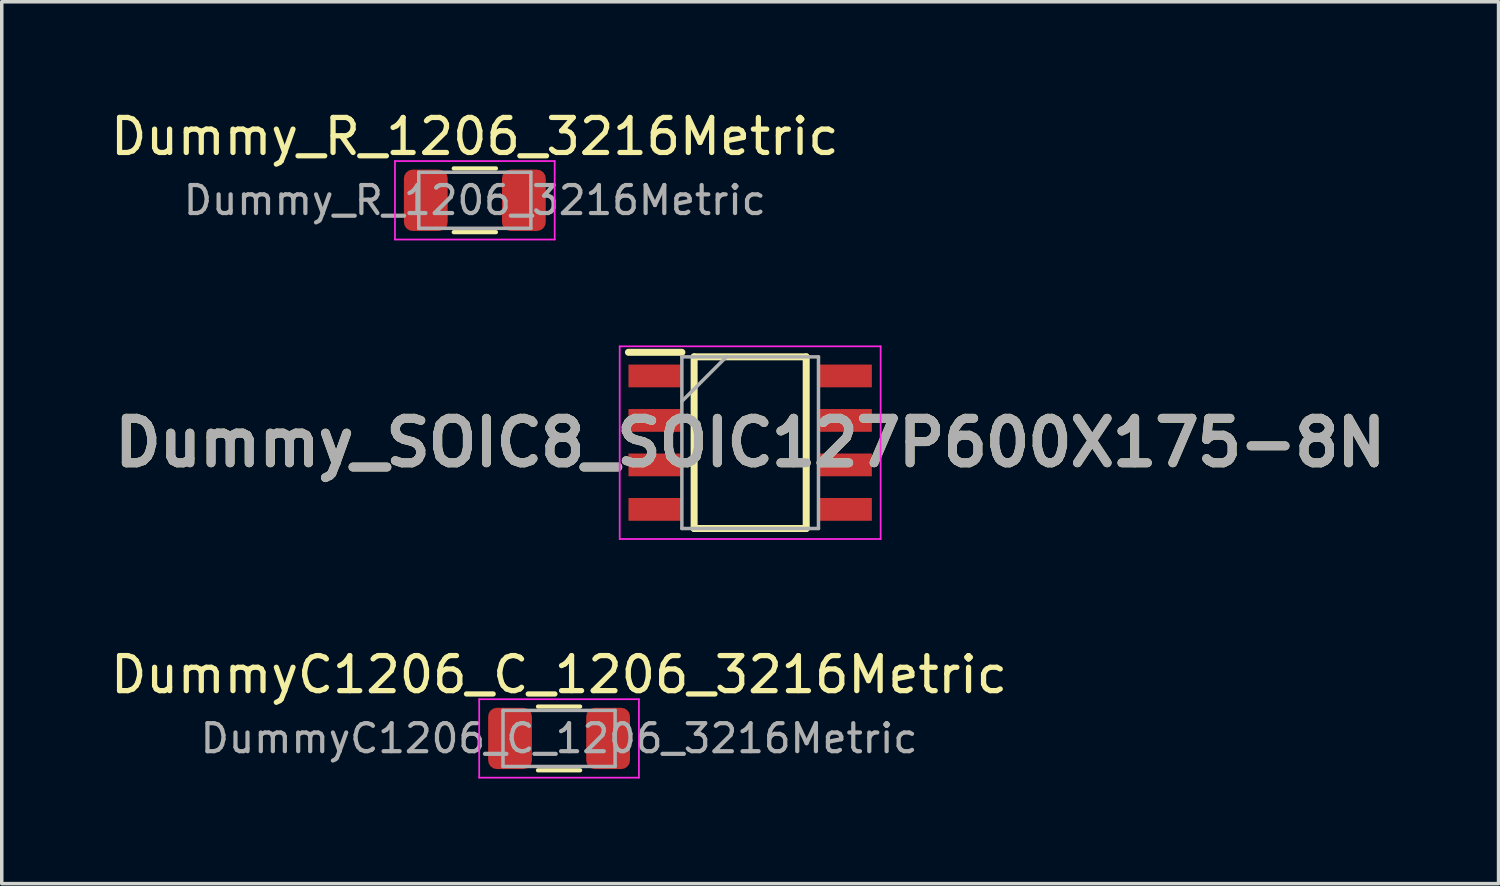
<source format=kicad_pcb>
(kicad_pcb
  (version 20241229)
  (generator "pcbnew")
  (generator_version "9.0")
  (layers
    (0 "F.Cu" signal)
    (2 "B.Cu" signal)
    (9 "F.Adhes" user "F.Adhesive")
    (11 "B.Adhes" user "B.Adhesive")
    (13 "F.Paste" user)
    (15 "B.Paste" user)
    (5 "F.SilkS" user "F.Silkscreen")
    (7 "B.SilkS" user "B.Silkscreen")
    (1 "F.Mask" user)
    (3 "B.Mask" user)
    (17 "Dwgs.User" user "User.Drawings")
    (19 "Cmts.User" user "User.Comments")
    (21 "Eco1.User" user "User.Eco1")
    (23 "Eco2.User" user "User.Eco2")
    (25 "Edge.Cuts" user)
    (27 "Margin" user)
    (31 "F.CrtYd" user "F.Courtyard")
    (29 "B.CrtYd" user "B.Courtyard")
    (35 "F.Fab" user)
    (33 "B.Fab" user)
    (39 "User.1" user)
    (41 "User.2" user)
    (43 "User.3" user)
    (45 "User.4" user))
  (footprint "DummyC1206_C_1206_3216Metric"
    (layer "F.Cu")
    (at 12.911 18.032)
    (property "Reference" "DummyC1206_C_1206_3216Metric" (at 0 -1.82 0) (layer "F.SilkS") (effects (font (size 1 1) (thickness 0.15))))
    (attr smd)
    (fp_line (start -0.602 -0.91) (end 0.602 -0.91) (stroke (width 0.12) (type solid)) (layer "F.SilkS"))
    (fp_line (start -0.602 0.91) (end 0.602 0.91) (stroke (width 0.12) (type solid)) (layer "F.SilkS"))
    (fp_poly (pts (xy 2 0.9) (xy -2 0.9) (xy -2 -0.9) (xy 2 -0.9)) (stroke (width 0.1) (type solid)) (fill yes) (layer "F.Paste"))
    (fp_line (start -2.28 -1.12) (end 2.28 -1.12) (stroke (width 0.05) (type solid)) (layer "F.CrtYd"))
    (fp_line (start -2.28 1.12) (end -2.28 -1.12) (stroke (width 0.05) (type solid)) (layer "F.CrtYd"))
    (fp_line (start 2.28 -1.12) (end 2.28 1.12) (stroke (width 0.05) (type solid)) (layer "F.CrtYd"))
    (fp_line (start 2.28 1.12) (end -2.28 1.12) (stroke (width 0.05) (type solid)) (layer "F.CrtYd"))
    (fp_line (start -1.6 -0.8) (end 1.6 -0.8) (stroke (width 0.1) (type solid)) (layer "F.Fab"))
    (fp_line (start -1.6 0.8) (end -1.6 -0.8) (stroke (width 0.1) (type solid)) (layer "F.Fab"))
    (fp_line (start 1.6 -0.8) (end 1.6 0.8) (stroke (width 0.1) (type solid)) (layer "F.Fab"))
    (fp_line (start 1.6 0.8) (end -1.6 0.8) (stroke (width 0.1) (type solid)) (layer "F.Fab"))
    (fp_text user "${REFERENCE}" (at 0 0 0) (layer "F.Fab") (effects (font (size 0.8 0.8) (thickness 0.12))))
    (pad "1" smd roundrect (at -1.4 0) (size 1.25 1.75) (layers "F.Cu" "F.Mask" "F.Paste") (roundrect_rratio 0.2))
    (pad "2" smd roundrect (at 1.4 0) (size 1.25 1.75) (layers "F.Cu" "F.Mask" "F.Paste") (roundrect_rratio 0.2)))
  (footprint "Dummy_R_1206_3216Metric"
    (layer "F.Cu")
    (at 10.506 2.668)
    (property "Reference" "Dummy_R_1206_3216Metric" (at 0 -1.82 0) (layer "F.SilkS") (effects (font (size 1 1) (thickness 0.15))))
    (attr smd)
    (fp_line (start -0.602 -0.91) (end 0.602 -0.91) (stroke (width 0.12) (type solid)) (layer "F.SilkS"))
    (fp_line (start -0.602 0.91) (end 0.602 0.91) (stroke (width 0.12) (type solid)) (layer "F.SilkS"))
    (fp_poly (pts (xy 2 0.9) (xy -2 0.9) (xy -2 -0.9) (xy 2 -0.9)) (stroke (width 0.1) (type solid)) (fill yes) (layer "F.Paste"))
    (fp_line (start -2.28 -1.12) (end 2.28 -1.12) (stroke (width 0.05) (type solid)) (layer "F.CrtYd"))
    (fp_line (start -2.28 1.12) (end -2.28 -1.12) (stroke (width 0.05) (type solid)) (layer "F.CrtYd"))
    (fp_line (start 2.28 -1.12) (end 2.28 1.12) (stroke (width 0.05) (type solid)) (layer "F.CrtYd"))
    (fp_line (start 2.28 1.12) (end -2.28 1.12) (stroke (width 0.05) (type solid)) (layer "F.CrtYd"))
    (fp_line (start -1.6 -0.8) (end 1.6 -0.8) (stroke (width 0.1) (type solid)) (layer "F.Fab"))
    (fp_line (start -1.6 0.8) (end -1.6 -0.8) (stroke (width 0.1) (type solid)) (layer "F.Fab"))
    (fp_line (start 1.6 -0.8) (end 1.6 0.8) (stroke (width 0.1) (type solid)) (layer "F.Fab"))
    (fp_line (start 1.6 0.8) (end -1.6 0.8) (stroke (width 0.1) (type solid)) (layer "F.Fab"))
    (fp_text user "${REFERENCE}" (at 0 0 0) (layer "F.Fab") (effects (font (size 0.8 0.8) (thickness 0.12))))
    (pad "1" smd roundrect (at -1.4 0) (size 1.25 1.75) (layers "F.Cu" "F.Mask" "F.Paste") (roundrect_rratio 0.2))
    (pad "2" smd roundrect (at 1.4 0) (size 1.25 1.75) (layers "F.Cu" "F.Mask" "F.Paste") (roundrect_rratio 0.2)))
  (footprint "Dummy_SOIC8_SOIC127P600X175-8N"
    (layer "F.Cu")
    (at 18.367 9.588)
    (property "Reference" "Dummy_SOIC8_SOIC127P600X175-8N" (at 0 0 0) (layer "F.SilkS") (effects (font (size 1.27 1.27) (thickness 0.254))))
    (attr smd)
    (fp_line (start -3.475 -2.58) (end -1.95 -2.58) (stroke (width 0.2) (type solid)) (layer "F.SilkS"))
    (fp_line (start -1.6 -2.45) (end 1.6 -2.45) (stroke (width 0.2) (type solid)) (layer "F.SilkS"))
    (fp_line (start -1.6 2.45) (end -1.6 -2.45) (stroke (width 0.2) (type solid)) (layer "F.SilkS"))
    (fp_line (start 1.6 -2.45) (end 1.6 2.45) (stroke (width 0.2) (type solid)) (layer "F.SilkS"))
    (fp_line (start 1.6 2.45) (end -1.6 2.45) (stroke (width 0.2) (type solid)) (layer "F.SilkS"))
    (fp_poly (pts (xy 3.45 2.55) (xy -3.45 2.55) (xy -3.45 -2.55) (xy 3.45 -2.55)) (stroke (width 0.1) (type solid)) (fill yes) (layer "F.Paste"))
    (fp_line (start -3.725 -2.75) (end 3.725 -2.75) (stroke (width 0.05) (type solid)) (layer "F.CrtYd"))
    (fp_line (start -3.725 2.75) (end -3.725 -2.75) (stroke (width 0.05) (type solid)) (layer "F.CrtYd"))
    (fp_line (start 3.725 -2.75) (end 3.725 2.75) (stroke (width 0.05) (type solid)) (layer "F.CrtYd"))
    (fp_line (start 3.725 2.75) (end -3.725 2.75) (stroke (width 0.05) (type solid)) (layer "F.CrtYd"))
    (fp_line (start -1.95 -2.45) (end 1.95 -2.45) (stroke (width 0.1) (type solid)) (layer "F.Fab"))
    (fp_line (start -1.95 -1.18) (end -0.68 -2.45) (stroke (width 0.1) (type solid)) (layer "F.Fab"))
    (fp_line (start -1.95 2.45) (end -1.95 -2.45) (stroke (width 0.1) (type solid)) (layer "F.Fab"))
    (fp_line (start 1.95 -2.45) (end 1.95 2.45) (stroke (width 0.1) (type solid)) (layer "F.Fab"))
    (fp_line (start 1.95 2.45) (end -1.95 2.45) (stroke (width 0.1) (type solid)) (layer "F.Fab"))
    (fp_text user "${REFERENCE}" (at 0 0 0) (layer "F.Fab") (effects (font (size 1.27 1.27) (thickness 0.254))))
    (pad "1" smd rect (at -2.712 -1.905 90) (size 0.65 1.525) (layers "F.Cu" "F.Mask" "F.Paste"))
    (pad "2" smd rect (at -2.712 -0.635 90) (size 0.65 1.525) (layers "F.Cu" "F.Mask" "F.Paste"))
    (pad "3" smd rect (at -2.712 0.635 90) (size 0.65 1.525) (layers "F.Cu" "F.Mask" "F.Paste"))
    (pad "4" smd rect (at -2.712 1.905 90) (size 0.65 1.525) (layers "F.Cu" "F.Mask" "F.Paste"))
    (pad "5" smd rect (at 2.712 1.905 90) (size 0.65 1.525) (layers "F.Cu" "F.Mask" "F.Paste"))
    (pad "6" smd rect (at 2.712 0.635 90) (size 0.65 1.525) (layers "F.Cu" "F.Mask" "F.Paste"))
    (pad "7" smd rect (at 2.712 -0.635 90) (size 0.65 1.525) (layers "F.Cu" "F.Mask" "F.Paste"))
    (pad "8" smd rect (at 2.712 -1.905 90) (size 0.65 1.525) (layers "F.Cu" "F.Mask" "F.Paste")))
  (gr_rect
    (start -3 -3)
    (end 39.733 22.177)
    (stroke (width 0.1) (type default))
    (fill no)
    (layer "Edge.Cuts")))
</source>
